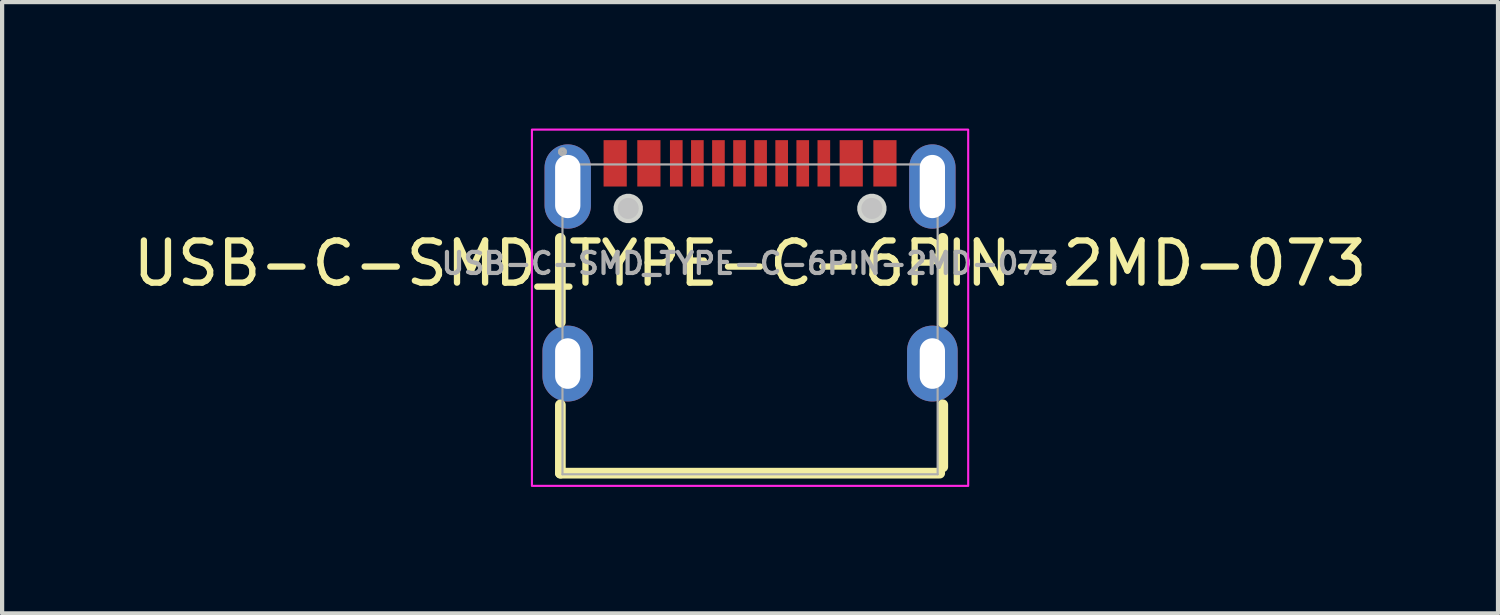
<source format=kicad_pcb>
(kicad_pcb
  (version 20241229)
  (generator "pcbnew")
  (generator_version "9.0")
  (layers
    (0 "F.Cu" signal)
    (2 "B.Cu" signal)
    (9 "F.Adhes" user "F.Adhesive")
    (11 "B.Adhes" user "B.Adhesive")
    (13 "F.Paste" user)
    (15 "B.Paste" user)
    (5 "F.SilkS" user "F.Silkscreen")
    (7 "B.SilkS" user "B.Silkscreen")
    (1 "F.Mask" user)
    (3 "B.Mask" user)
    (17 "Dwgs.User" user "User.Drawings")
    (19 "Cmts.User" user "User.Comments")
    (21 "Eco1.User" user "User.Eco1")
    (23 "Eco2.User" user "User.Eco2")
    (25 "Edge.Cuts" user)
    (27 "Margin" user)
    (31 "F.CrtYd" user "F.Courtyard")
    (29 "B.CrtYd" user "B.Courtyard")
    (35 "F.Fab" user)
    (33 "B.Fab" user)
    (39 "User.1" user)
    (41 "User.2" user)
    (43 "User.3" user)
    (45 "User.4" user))
  (footprint "USB-C-SMD_TYPE-C-6PIN-2MD-073"
    (layer "F.Cu")
    (at 14.744 3.2)
    (property "Reference" "USB-C-SMD_TYPE-C-6PIN-2MD-073" (at 0 0 0) (layer "F.SilkS") (effects (font (size 1 1) (thickness 0.15))))
    (fp_line (start -4.5 1.394) (end -4.5 -0.594) (stroke (width 0.254) (type default)) (layer "F.SilkS"))
    (fp_line (start -4.5 4.975) (end -4.5 3.356) (stroke (width 0.254) (type default)) (layer "F.SilkS"))
    (fp_line (start 4.5 4.975) (end -4.5 4.975) (stroke (width 0.254) (type default)) (layer "F.SilkS"))
    (fp_line (start 4.572 1.397) (end 4.572 -0.597) (stroke (width 0.254) (type default)) (layer "F.SilkS"))
    (fp_line (start 4.572 4.826) (end 4.572 3.353) (stroke (width 0.254) (type default)) (layer "F.SilkS"))
    (fp_poly (pts (xy -3.5 -2.925) (xy -3.5 -1.825) (xy -2.9 -1.825) (xy -2.9 -2.925)) (stroke (width 0) (type default)) (fill yes) (layer "F.Paste"))
    (fp_poly (pts (xy -2.7 -2.925) (xy -2.7 -1.825) (xy -2.1 -1.825) (xy -2.1 -2.925)) (stroke (width 0) (type default)) (fill yes) (layer "F.Paste"))
    (fp_poly (pts (xy -1.6 -1.825) (xy -1.6 -2.925) (xy -1.9 -2.925) (xy -1.9 -1.825)) (stroke (width 0) (type default)) (fill yes) (layer "F.Paste"))
    (fp_poly (pts (xy -1.1 -1.825) (xy -1.1 -2.925) (xy -1.4 -2.925) (xy -1.4 -1.825)) (stroke (width 0) (type default)) (fill yes) (layer "F.Paste"))
    (fp_poly (pts (xy -0.6 -1.825) (xy -0.6 -2.925) (xy -0.9 -2.925) (xy -0.9 -1.825)) (stroke (width 0) (type default)) (fill yes) (layer "F.Paste"))
    (fp_poly (pts (xy -0.1 -1.825) (xy -0.1 -2.925) (xy -0.4 -2.925) (xy -0.4 -1.825)) (stroke (width 0) (type default)) (fill yes) (layer "F.Paste"))
    (fp_poly (pts (xy 0.4 -1.825) (xy 0.4 -2.925) (xy 0.1 -2.925) (xy 0.1 -1.825)) (stroke (width 0) (type default)) (fill yes) (layer "F.Paste"))
    (fp_poly (pts (xy 0.9 -1.825) (xy 0.9 -2.925) (xy 0.6 -2.925) (xy 0.6 -1.825)) (stroke (width 0) (type default)) (fill yes) (layer "F.Paste"))
    (fp_poly (pts (xy 1.4 -1.825) (xy 1.4 -2.925) (xy 1.1 -2.925) (xy 1.1 -1.825)) (stroke (width 0) (type default)) (fill yes) (layer "F.Paste"))
    (fp_poly (pts (xy 1.6 -2.925) (xy 1.6 -1.825) (xy 1.9 -1.825) (xy 1.9 -2.925)) (stroke (width 0) (type default)) (fill yes) (layer "F.Paste"))
    (fp_poly (pts (xy 2.1 -2.925) (xy 2.1 -1.825) (xy 2.7 -1.825) (xy 2.7 -2.925)) (stroke (width 0) (type default)) (fill yes) (layer "F.Paste"))
    (fp_poly (pts (xy 3.5 -1.825) (xy 3.5 -2.925) (xy 2.9 -2.925) (xy 2.9 -1.825)) (stroke (width 0) (type default)) (fill yes) (layer "F.Paste"))
    (fp_poly (pts (xy -4.34 -2.825) (xy -4.37 -2.824) (xy -4.399 -2.821) (xy -4.429 -2.816) (xy -4.458 -2.81) (xy -4.487 -2.803) (xy -4.516 -2.794) (xy -4.544 -2.784) (xy -4.572 -2.772) (xy -4.598 -2.759) (xy -4.625 -2.744) (xy -4.651 -2.729) (xy -4.675 -2.712) (xy -4.699 -2.694) (xy -4.722 -2.675) (xy -4.744 -2.655) (xy -4.765 -2.633) (xy -4.785 -2.611) (xy -4.803 -2.587) (xy -4.821 -2.563) (xy -4.837 -2.538) (xy -4.852 -2.512) (xy -4.865 -2.486) (xy -4.878 -2.458) (xy -4.889 -2.43) (xy -4.899 -2.402) (xy -4.907 -2.373) (xy -4.913 -2.344) (xy -4.918 -2.314) (xy -4.922 -2.285) (xy -4.924 -2.255) (xy -4.925 -2.225) (xy -4.925 -1.425) (xy -4.924 -1.395) (xy -4.922 -1.365) (xy -4.918 -1.335) (xy -4.913 -1.306) (xy -4.907 -1.277) (xy -4.899 -1.248) (xy -4.889 -1.22) (xy -4.878 -1.192) (xy -4.865 -1.165) (xy -4.852 -1.138) (xy -4.837 -1.113) (xy -4.821 -1.087) (xy -4.803 -1.063) (xy -4.785 -1.04) (xy -4.765 -1.017) (xy -4.744 -0.996) (xy -4.722 -0.976) (xy -4.699 -0.956) (xy -4.675 -0.938) (xy -4.651 -0.921) (xy -4.625 -0.905) (xy -4.598 -0.891) (xy -4.572 -0.878) (xy -4.544 -0.867) (xy -4.516 -0.857) (xy -4.487 -0.848) (xy -4.458 -0.84) (xy -4.429 -0.834) (xy -4.399 -0.83) (xy -4.37 -0.827) (xy -4.34 -0.826) (xy -4.31 -0.826) (xy -4.28 -0.827) (xy -4.25 -0.83) (xy -4.221 -0.834) (xy -4.191 -0.84) (xy -4.162 -0.848) (xy -4.134 -0.857) (xy -4.106 -0.867) (xy -4.078 -0.878) (xy -4.051 -0.891) (xy -4.025 -0.905) (xy -3.999 -0.921) (xy -3.974 -0.938) (xy -3.951 -0.956) (xy -3.928 -0.976) (xy -3.906 -0.996) (xy -3.885 -1.017) (xy -3.865 -1.04) (xy -3.846 -1.063) (xy -3.829 -1.087) (xy -3.813 -1.113) (xy -3.798 -1.138) (xy -3.784 -1.165) (xy -3.772 -1.192) (xy -3.761 -1.22) (xy -3.752 -1.248) (xy -3.744 -1.277) (xy -3.737 -1.306) (xy -3.732 -1.335) (xy -3.728 -1.365) (xy -3.725 -1.395) (xy -3.725 -1.425) (xy -3.725 -2.225) (xy -3.725 -2.255) (xy -3.728 -2.285) (xy -3.732 -2.314) (xy -3.737 -2.344) (xy -3.744 -2.373) (xy -3.752 -2.402) (xy -3.761 -2.43) (xy -3.772 -2.458) (xy -3.784 -2.486) (xy -3.798 -2.512) (xy -3.813 -2.538) (xy -3.829 -2.563) (xy -3.846 -2.587) (xy -3.865 -2.611) (xy -3.885 -2.633) (xy -3.906 -2.655) (xy -3.928 -2.675) (xy -3.951 -2.694) (xy -3.974 -2.712) (xy -3.999 -2.729) (xy -4.025 -2.744) (xy -4.051 -2.759) (xy -4.078 -2.772) (xy -4.106 -2.784) (xy -4.134 -2.794) (xy -4.162 -2.803) (xy -4.191 -2.81) (xy -4.221 -2.816) (xy -4.25 -2.821) (xy -4.28 -2.824) (xy -4.31 -2.825)) (stroke (width 0) (type default)) (fill yes) (layer "F.Paste"))
    (fp_poly (pts (xy -4.28 1.627) (xy -4.31 1.625) (xy -4.34 1.625) (xy -4.37 1.627) (xy -4.399 1.629) (xy -4.429 1.634) (xy -4.458 1.64) (xy -4.487 1.647) (xy -4.516 1.657) (xy -4.544 1.667) (xy -4.572 1.678) (xy -4.598 1.691) (xy -4.625 1.706) (xy -4.651 1.721) (xy -4.675 1.738) (xy -4.699 1.756) (xy -4.722 1.775) (xy -4.744 1.796) (xy -4.765 1.817) (xy -4.785 1.839) (xy -4.803 1.863) (xy -4.821 1.887) (xy -4.837 1.912) (xy -4.852 1.938) (xy -4.865 1.964) (xy -4.878 1.992) (xy -4.889 2.02) (xy -4.899 2.048) (xy -4.907 2.077) (xy -4.913 2.106) (xy -4.918 2.135) (xy -4.922 2.166) (xy -4.924 2.195) (xy -4.925 2.225) (xy -4.925 2.525) (xy -4.924 2.555) (xy -4.922 2.585) (xy -4.918 2.615) (xy -4.913 2.644) (xy -4.907 2.673) (xy -4.899 2.702) (xy -4.889 2.73) (xy -4.878 2.758) (xy -4.865 2.785) (xy -4.852 2.812) (xy -4.837 2.838) (xy -4.821 2.863) (xy -4.803 2.888) (xy -4.785 2.91) (xy -4.765 2.933) (xy -4.744 2.954) (xy -4.722 2.975) (xy -4.699 2.994) (xy -4.675 3.012) (xy -4.651 3.029) (xy -4.625 3.045) (xy -4.598 3.059) (xy -4.572 3.072) (xy -4.544 3.083) (xy -4.516 3.094) (xy -4.487 3.103) (xy -4.458 3.11) (xy -4.429 3.116) (xy -4.399 3.12) (xy -4.37 3.123) (xy -4.34 3.125) (xy -4.31 3.125) (xy -4.28 3.123) (xy -4.25 3.12) (xy -4.221 3.116) (xy -4.191 3.11) (xy -4.162 3.103) (xy -4.134 3.094) (xy -4.106 3.083) (xy -4.078 3.072) (xy -4.051 3.059) (xy -4.025 3.045) (xy -3.999 3.029) (xy -3.974 3.012) (xy -3.951 2.994) (xy -3.928 2.975) (xy -3.906 2.954) (xy -3.885 2.933) (xy -3.865 2.91) (xy -3.846 2.888) (xy -3.829 2.863) (xy -3.813 2.838) (xy -3.798 2.812) (xy -3.784 2.785) (xy -3.772 2.758) (xy -3.761 2.73) (xy -3.752 2.702) (xy -3.744 2.673) (xy -3.737 2.644) (xy -3.732 2.615) (xy -3.728 2.585) (xy -3.725 2.555) (xy -3.725 2.525) (xy -3.725 2.225) (xy -3.725 2.195) (xy -3.728 2.166) (xy -3.732 2.135) (xy -3.737 2.106) (xy -3.744 2.077) (xy -3.752 2.048) (xy -3.761 2.02) (xy -3.772 1.992) (xy -3.784 1.964) (xy -3.798 1.938) (xy -3.813 1.912) (xy -3.829 1.887) (xy -3.846 1.863) (xy -3.865 1.839) (xy -3.885 1.817) (xy -3.906 1.796) (xy -3.928 1.775) (xy -3.951 1.756) (xy -3.974 1.738) (xy -3.999 1.721) (xy -4.025 1.706) (xy -4.051 1.691) (xy -4.078 1.678) (xy -4.106 1.667) (xy -4.134 1.657) (xy -4.162 1.647) (xy -4.191 1.64) (xy -4.221 1.634) (xy -4.25 1.629)) (stroke (width 0) (type default)) (fill yes) (layer "F.Paste"))
    (fp_poly (pts (xy 4.31 1.625) (xy 4.28 1.627) (xy 4.25 1.629) (xy 4.221 1.634) (xy 4.191 1.64) (xy 4.162 1.647) (xy 4.134 1.657) (xy 4.106 1.667) (xy 4.078 1.678) (xy 4.051 1.691) (xy 4.025 1.706) (xy 3.999 1.721) (xy 3.974 1.738) (xy 3.951 1.756) (xy 3.928 1.775) (xy 3.906 1.796) (xy 3.885 1.817) (xy 3.865 1.839) (xy 3.846 1.863) (xy 3.829 1.887) (xy 3.813 1.912) (xy 3.798 1.938) (xy 3.784 1.964) (xy 3.772 1.992) (xy 3.761 2.02) (xy 3.752 2.048) (xy 3.744 2.077) (xy 3.737 2.106) (xy 3.732 2.135) (xy 3.728 2.166) (xy 3.725 2.195) (xy 3.725 2.225) (xy 3.725 2.525) (xy 3.725 2.555) (xy 3.728 2.585) (xy 3.732 2.615) (xy 3.737 2.644) (xy 3.744 2.673) (xy 3.752 2.702) (xy 3.761 2.73) (xy 3.772 2.758) (xy 3.784 2.785) (xy 3.798 2.812) (xy 3.813 2.838) (xy 3.829 2.863) (xy 3.846 2.888) (xy 3.865 2.91) (xy 3.885 2.933) (xy 3.906 2.954) (xy 3.928 2.975) (xy 3.951 2.994) (xy 3.974 3.012) (xy 3.999 3.029) (xy 4.025 3.045) (xy 4.051 3.059) (xy 4.078 3.072) (xy 4.106 3.083) (xy 4.134 3.094) (xy 4.162 3.103) (xy 4.191 3.11) (xy 4.221 3.116) (xy 4.25 3.12) (xy 4.28 3.123) (xy 4.31 3.125) (xy 4.34 3.125) (xy 4.37 3.123) (xy 4.399 3.12) (xy 4.429 3.116) (xy 4.458 3.11) (xy 4.487 3.103) (xy 4.516 3.094) (xy 4.544 3.083) (xy 4.572 3.072) (xy 4.598 3.059) (xy 4.625 3.045) (xy 4.651 3.029) (xy 4.675 3.012) (xy 4.699 2.994) (xy 4.722 2.975) (xy 4.744 2.954) (xy 4.765 2.933) (xy 4.785 2.91) (xy 4.803 2.888) (xy 4.821 2.863) (xy 4.837 2.838) (xy 4.852 2.812) (xy 4.865 2.785) (xy 4.878 2.758) (xy 4.889 2.73) (xy 4.899 2.702) (xy 4.907 2.673) (xy 4.913 2.644) (xy 4.918 2.615) (xy 4.922 2.585) (xy 4.924 2.555) (xy 4.925 2.525) (xy 4.925 2.225) (xy 4.924 2.195) (xy 4.922 2.166) (xy 4.918 2.135) (xy 4.913 2.106) (xy 4.907 2.077) (xy 4.899 2.048) (xy 4.889 2.02) (xy 4.878 1.992) (xy 4.865 1.964) (xy 4.852 1.938) (xy 4.837 1.912) (xy 4.821 1.887) (xy 4.803 1.863) (xy 4.785 1.839) (xy 4.765 1.817) (xy 4.744 1.796) (xy 4.722 1.775) (xy 4.699 1.756) (xy 4.675 1.738) (xy 4.651 1.721) (xy 4.625 1.706) (xy 4.598 1.691) (xy 4.572 1.678) (xy 4.544 1.667) (xy 4.516 1.657) (xy 4.487 1.647) (xy 4.458 1.64) (xy 4.429 1.634) (xy 4.399 1.629) (xy 4.37 1.627) (xy 4.34 1.625)) (stroke (width 0) (type default)) (fill yes) (layer "F.Paste"))
    (fp_poly (pts (xy 4.37 -2.824) (xy 4.34 -2.825) (xy 4.31 -2.825) (xy 4.28 -2.824) (xy 4.25 -2.821) (xy 4.221 -2.816) (xy 4.191 -2.81) (xy 4.162 -2.803) (xy 4.134 -2.794) (xy 4.106 -2.784) (xy 4.078 -2.772) (xy 4.051 -2.759) (xy 4.025 -2.744) (xy 3.999 -2.729) (xy 3.974 -2.712) (xy 3.951 -2.694) (xy 3.928 -2.675) (xy 3.906 -2.655) (xy 3.885 -2.633) (xy 3.865 -2.611) (xy 3.846 -2.587) (xy 3.829 -2.563) (xy 3.813 -2.538) (xy 3.798 -2.512) (xy 3.784 -2.486) (xy 3.772 -2.458) (xy 3.761 -2.43) (xy 3.752 -2.402) (xy 3.744 -2.373) (xy 3.737 -2.344) (xy 3.732 -2.314) (xy 3.728 -2.285) (xy 3.725 -2.255) (xy 3.725 -2.225) (xy 3.725 -1.425) (xy 3.725 -1.395) (xy 3.728 -1.365) (xy 3.732 -1.335) (xy 3.737 -1.306) (xy 3.744 -1.277) (xy 3.752 -1.248) (xy 3.761 -1.22) (xy 3.772 -1.192) (xy 3.784 -1.165) (xy 3.798 -1.138) (xy 3.813 -1.113) (xy 3.829 -1.087) (xy 3.846 -1.063) (xy 3.865 -1.04) (xy 3.885 -1.017) (xy 3.906 -0.996) (xy 3.928 -0.976) (xy 3.951 -0.956) (xy 3.974 -0.938) (xy 3.999 -0.921) (xy 4.025 -0.905) (xy 4.051 -0.891) (xy 4.078 -0.878) (xy 4.106 -0.867) (xy 4.134 -0.857) (xy 4.162 -0.848) (xy 4.191 -0.84) (xy 4.221 -0.834) (xy 4.25 -0.83) (xy 4.28 -0.827) (xy 4.31 -0.826) (xy 4.34 -0.826) (xy 4.37 -0.827) (xy 4.399 -0.83) (xy 4.429 -0.834) (xy 4.458 -0.84) (xy 4.487 -0.848) (xy 4.516 -0.857) (xy 4.544 -0.867) (xy 4.572 -0.878) (xy 4.598 -0.891) (xy 4.625 -0.905) (xy 4.651 -0.921) (xy 4.675 -0.938) (xy 4.699 -0.956) (xy 4.722 -0.976) (xy 4.744 -0.996) (xy 4.765 -1.017) (xy 4.785 -1.04) (xy 4.803 -1.063) (xy 4.821 -1.087) (xy 4.837 -1.113) (xy 4.852 -1.138) (xy 4.865 -1.165) (xy 4.878 -1.192) (xy 4.889 -1.22) (xy 4.899 -1.248) (xy 4.907 -1.277) (xy 4.913 -1.306) (xy 4.918 -1.335) (xy 4.922 -1.365) (xy 4.924 -1.395) (xy 4.925 -1.425) (xy 4.925 -2.225) (xy 4.924 -2.255) (xy 4.922 -2.285) (xy 4.918 -2.314) (xy 4.913 -2.344) (xy 4.907 -2.373) (xy 4.899 -2.402) (xy 4.889 -2.43) (xy 4.878 -2.458) (xy 4.865 -2.486) (xy 4.852 -2.512) (xy 4.837 -2.538) (xy 4.821 -2.563) (xy 4.803 -2.587) (xy 4.785 -2.611) (xy 4.765 -2.633) (xy 4.744 -2.655) (xy 4.722 -2.675) (xy 4.699 -2.694) (xy 4.675 -2.712) (xy 4.651 -2.729) (xy 4.625 -2.744) (xy 4.598 -2.759) (xy 4.572 -2.772) (xy 4.544 -2.784) (xy 4.516 -2.794) (xy 4.487 -2.803) (xy 4.458 -2.81) (xy 4.429 -2.816) (xy 4.399 -2.821)) (stroke (width 0) (type default)) (fill yes) (layer "F.Paste"))
    (fp_circle (center -2.89 -1.305) (end -2.765 -1.305) (stroke (width 0.25) (type default)) (fill no) (layer "Dwgs.User"))
    (fp_circle (center 2.89 -1.305) (end 3.015 -1.305) (stroke (width 0.25) (type default)) (fill no) (layer "Dwgs.User"))
    (fp_poly (pts (xy -2.543 -1.351) (xy -2.567 -1.439) (xy -2.612 -1.518) (xy -2.677 -1.583) (xy -2.756 -1.628) (xy -2.844 -1.652) (xy -2.936 -1.652) (xy -3.024 -1.628) (xy -3.103 -1.583) (xy -3.168 -1.518) (xy -3.213 -1.439) (xy -3.237 -1.351) (xy -3.237 -1.259) (xy -3.213 -1.171) (xy -3.168 -1.092) (xy -3.103 -1.027) (xy -3.024 -0.982) (xy -2.936 -0.958) (xy -2.844 -0.958) (xy -2.756 -0.982) (xy -2.677 -1.027) (xy -2.612 -1.092) (xy -2.567 -1.171) (xy -2.543 -1.259)) (stroke (width 0) (type default)) (fill yes) (layer "Edge.Cuts"))
    (fp_poly (pts (xy 3.237 -1.351) (xy 3.213 -1.439) (xy 3.168 -1.518) (xy 3.103 -1.583) (xy 3.024 -1.628) (xy 2.936 -1.652) (xy 2.844 -1.652) (xy 2.756 -1.628) (xy 2.677 -1.583) (xy 2.612 -1.518) (xy 2.567 -1.439) (xy 2.543 -1.351) (xy 2.543 -1.259) (xy 2.567 -1.171) (xy 2.612 -1.092) (xy 2.677 -1.027) (xy 2.756 -0.982) (xy 2.844 -0.958) (xy 2.936 -0.958) (xy 3.024 -0.982) (xy 3.103 -1.027) (xy 3.168 -1.092) (xy 3.213 -1.171) (xy 3.237 -1.259)) (stroke (width 0) (type default)) (fill yes) (layer "Edge.Cuts"))
    (fp_rect (start -5.175 -3.175) (end 5.175 5.277) (stroke (width 0.05) (type default)) (fill no) (layer "F.CrtYd"))
    (fp_line (start -4.45 -2.349) (end 4.45 -2.349) (stroke (width 0.051) (type default)) (layer "F.Fab"))
    (fp_line (start -4.45 5.001) (end -4.45 -2.349) (stroke (width 0.051) (type default)) (layer "F.Fab"))
    (fp_line (start 4.45 -2.349) (end 4.45 5.001) (stroke (width 0.051) (type default)) (layer "F.Fab"))
    (fp_line (start 4.45 5.001) (end -4.45 5.001) (stroke (width 0.051) (type default)) (layer "F.Fab"))
    (fp_poly (pts (xy -4.395 -2.672) (xy -4.427 -2.704) (xy -4.473 -2.704) (xy -4.505 -2.672) (xy -4.505 -2.626) (xy -4.473 -2.594) (xy -4.427 -2.594) (xy -4.395 -2.626)) (stroke (width 0.1) (type default)) (fill no) (layer "F.Fab"))
    (fp_poly (pts (xy -4.45 -2.349) (xy -4.2 -2.349) (xy -4.2 -1.249) (xy -4.45 -1.249)) (stroke (width 0.1) (type default)) (fill no) (layer "User.1"))
    (fp_poly (pts (xy -4.45 2.025) (xy -4.2 2.025) (xy -4.2 2.725) (xy -4.45 2.725)) (stroke (width 0.1) (type default)) (fill no) (layer "User.1"))
    (fp_poly (pts (xy -3.4 -2.649) (xy -3 -2.649) (xy -3 -1.799) (xy -3.4 -1.799)) (stroke (width 0.1) (type default)) (fill no) (layer "User.1"))
    (fp_poly (pts (xy -2.6 -2.649) (xy -2.2 -2.649) (xy -2.2 -1.799) (xy -2.6 -1.799)) (stroke (width 0.1) (type default)) (fill no) (layer "User.1"))
    (fp_poly (pts (xy -1.85 -2.649) (xy -1.65 -2.649) (xy -1.65 -1.799) (xy -1.85 -1.799)) (stroke (width 0.1) (type default)) (fill no) (layer "User.1"))
    (fp_poly (pts (xy -1.35 -2.649) (xy -1.15 -2.649) (xy -1.15 -1.799) (xy -1.35 -1.799)) (stroke (width 0.1) (type default)) (fill no) (layer "User.1"))
    (fp_poly (pts (xy -0.85 -2.649) (xy -0.65 -2.649) (xy -0.65 -1.799) (xy -0.85 -1.799)) (stroke (width 0.1) (type default)) (fill no) (layer "User.1"))
    (fp_poly (pts (xy -0.35 -2.649) (xy -0.15 -2.649) (xy -0.15 -1.799) (xy -0.35 -1.799)) (stroke (width 0.1) (type default)) (fill no) (layer "User.1"))
    (fp_poly (pts (xy 0.15 -2.649) (xy 0.35 -2.649) (xy 0.35 -1.799) (xy 0.15 -1.799)) (stroke (width 0.1) (type default)) (fill no) (layer "User.1"))
    (fp_poly (pts (xy 0.65 -2.649) (xy 0.85 -2.649) (xy 0.85 -1.799) (xy 0.65 -1.799)) (stroke (width 0.1) (type default)) (fill no) (layer "User.1"))
    (fp_poly (pts (xy 1.15 -2.649) (xy 1.35 -2.649) (xy 1.35 -1.799) (xy 1.15 -1.799)) (stroke (width 0.1) (type default)) (fill no) (layer "User.1"))
    (fp_poly (pts (xy 1.65 -2.649) (xy 1.85 -2.649) (xy 1.85 -1.799) (xy 1.65 -1.799)) (stroke (width 0.1) (type default)) (fill no) (layer "User.1"))
    (fp_poly (pts (xy 2.2 -2.649) (xy 2.6 -2.649) (xy 2.6 -1.799) (xy 2.2 -1.799)) (stroke (width 0.1) (type default)) (fill no) (layer "User.1"))
    (fp_poly (pts (xy 3 -2.649) (xy 3.4 -2.649) (xy 3.4 -1.799) (xy 3 -1.799)) (stroke (width 0.1) (type default)) (fill no) (layer "User.1"))
    (fp_poly (pts (xy 4.2 -2.349) (xy 4.45 -2.349) (xy 4.45 -1.249) (xy 4.2 -1.249)) (stroke (width 0.1) (type default)) (fill no) (layer "User.1"))
    (fp_poly (pts (xy 4.2 2.025) (xy 4.45 2.025) (xy 4.45 2.725) (xy 4.2 2.725)) (stroke (width 0.1) (type default)) (fill no) (layer "User.1"))
    (fp_text user "${REFERENCE}" (at 0 0 0) (layer "F.Fab") (effects (font (size 0.5 0.5) (thickness 0.1))))
    (pad "1" smd rect (at -3.2 -2.375) (size 0.55 1.1) (layers "F.Cu" "F.Mask" "F.Paste"))
    (pad "2" smd rect (at -2.4 -2.375) (size 0.55 1.1) (layers "F.Cu" "F.Mask" "F.Paste"))
    (pad "3" smd rect (at -1.75 -2.375) (size 0.3 1.1) (layers "F.Cu" "F.Mask" "F.Paste"))
    (pad "4" smd rect (at -1.25 -2.375) (size 0.3 1.1) (layers "F.Cu" "F.Mask" "F.Paste"))
    (pad "5" smd rect (at -0.75 -2.375) (size 0.3 1.1) (layers "F.Cu" "F.Mask" "F.Paste"))
    (pad "6" smd rect (at -0.25 -2.375) (size 0.3 1.1) (layers "F.Cu" "F.Mask" "F.Paste"))
    (pad "7" smd rect (at 0.25 -2.375) (size 0.3 1.1) (layers "F.Cu" "F.Mask" "F.Paste"))
    (pad "8" smd rect (at 0.75 -2.375) (size 0.3 1.1) (layers "F.Cu" "F.Mask" "F.Paste"))
    (pad "9" smd rect (at 1.25 -2.375) (size 0.3 1.1) (layers "F.Cu" "F.Mask" "F.Paste"))
    (pad "10" smd rect (at 1.75 -2.375) (size 0.3 1.1) (layers "F.Cu" "F.Mask" "F.Paste"))
    (pad "11" smd rect (at 2.4 -2.375) (size 0.55 1.1) (layers "F.Cu" "F.Mask" "F.Paste"))
    (pad "12" smd rect (at 3.2 -2.375) (size 0.55 1.1) (layers "F.Cu" "F.Mask" "F.Paste"))
    (pad "13" thru_hole oval (at -4.325 -1.825) (size 1.1 2) (drill oval 0.6 1.5) (layers "*.Cu" "*.Mask"))
    (pad "13" thru_hole oval (at -4.325 2.375) (size 1.2 1.8) (drill oval 0.6 1.2) (layers "*.Cu" "*.Mask"))
    (pad "14" thru_hole oval (at 4.325 -1.825) (size 1.1 2) (drill oval 0.6 1.5) (layers "*.Cu" "*.Mask"))
    (pad "14" thru_hole oval (at 4.325 2.375) (size 1.2 1.8) (drill oval 0.6 1.2) (layers "*.Cu" "*.Mask")))
  (gr_rect
    (start -3 -3)
    (end 32.488 11.502)
    (stroke (width 0.1) (type default))
    (fill no)
    (layer "Edge.Cuts")))
</source>
